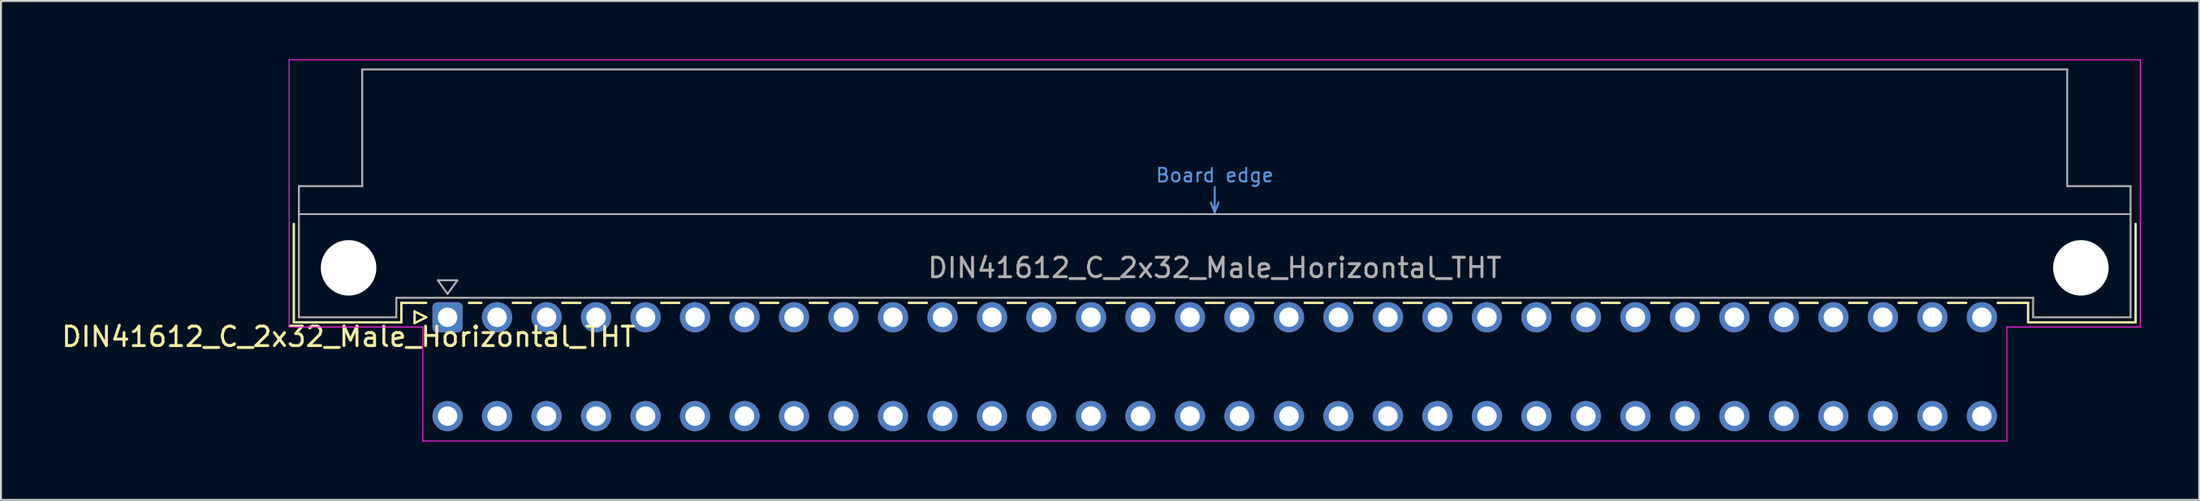
<source format=kicad_pcb>
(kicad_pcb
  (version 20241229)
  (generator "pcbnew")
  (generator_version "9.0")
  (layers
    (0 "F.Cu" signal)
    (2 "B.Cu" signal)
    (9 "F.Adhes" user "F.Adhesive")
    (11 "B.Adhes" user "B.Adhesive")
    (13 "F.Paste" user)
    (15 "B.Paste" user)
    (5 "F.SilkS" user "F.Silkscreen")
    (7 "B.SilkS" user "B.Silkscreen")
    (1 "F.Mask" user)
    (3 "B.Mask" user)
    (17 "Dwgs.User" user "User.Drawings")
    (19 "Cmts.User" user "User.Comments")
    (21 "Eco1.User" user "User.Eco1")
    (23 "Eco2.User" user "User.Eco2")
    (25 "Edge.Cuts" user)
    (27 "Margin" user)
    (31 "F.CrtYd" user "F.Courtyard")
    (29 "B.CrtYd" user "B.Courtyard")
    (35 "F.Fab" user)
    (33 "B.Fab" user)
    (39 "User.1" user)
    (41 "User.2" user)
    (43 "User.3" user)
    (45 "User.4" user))
  (footprint "DIN41612_C_2x32_Male_Horizontal_THT"
    (layer "F.Cu")
    (at 19.919 13.255)
    (property "Reference" "DIN41612_C_2x32_Male_Horizontal_THT" (at -5.08 1 0) (layer "F.SilkS") (effects (font (size 1 1) (thickness 0.15))))
    (attr through_hole)
    (fp_line (start -7.89 -4.8) (end -7.89 0.26) (stroke (width 0.12) (type solid)) (layer "F.SilkS"))
    (fp_line (start -7.89 0.26) (end -2.37 0.26) (stroke (width 0.12) (type solid)) (layer "F.SilkS"))
    (fp_line (start -2.37 -0.74) (end -1.095 -0.74) (stroke (width 0.12) (type solid)) (layer "F.SilkS"))
    (fp_line (start -2.37 0.26) (end -2.37 -0.74) (stroke (width 0.12) (type solid)) (layer "F.SilkS"))
    (fp_line (start -1.695 -0.3) (end -1.695 0.3) (stroke (width 0.12) (type solid)) (layer "F.SilkS"))
    (fp_line (start -1.695 0.3) (end -1.095 0) (stroke (width 0.12) (type solid)) (layer "F.SilkS"))
    (fp_line (start -1.095 0) (end -1.695 -0.3) (stroke (width 0.12) (type solid)) (layer "F.SilkS"))
    (fp_line (start 1.095 -0.74) (end 1.733 -0.74) (stroke (width 0.12) (type solid)) (layer "F.SilkS"))
    (fp_line (start 3.347 -0.74) (end 4.273 -0.74) (stroke (width 0.12) (type solid)) (layer "F.SilkS"))
    (fp_line (start 5.887 -0.74) (end 6.813 -0.74) (stroke (width 0.12) (type solid)) (layer "F.SilkS"))
    (fp_line (start 8.427 -0.74) (end 9.353 -0.74) (stroke (width 0.12) (type solid)) (layer "F.SilkS"))
    (fp_line (start 10.967 -0.74) (end 11.893 -0.74) (stroke (width 0.12) (type solid)) (layer "F.SilkS"))
    (fp_line (start 13.507 -0.74) (end 14.433 -0.74) (stroke (width 0.12) (type solid)) (layer "F.SilkS"))
    (fp_line (start 16.047 -0.74) (end 16.973 -0.74) (stroke (width 0.12) (type solid)) (layer "F.SilkS"))
    (fp_line (start 18.587 -0.74) (end 19.513 -0.74) (stroke (width 0.12) (type solid)) (layer "F.SilkS"))
    (fp_line (start 21.127 -0.74) (end 22.053 -0.74) (stroke (width 0.12) (type solid)) (layer "F.SilkS"))
    (fp_line (start 23.667 -0.74) (end 24.593 -0.74) (stroke (width 0.12) (type solid)) (layer "F.SilkS"))
    (fp_line (start 26.207 -0.74) (end 27.133 -0.74) (stroke (width 0.12) (type solid)) (layer "F.SilkS"))
    (fp_line (start 28.747 -0.74) (end 29.673 -0.74) (stroke (width 0.12) (type solid)) (layer "F.SilkS"))
    (fp_line (start 31.287 -0.74) (end 32.213 -0.74) (stroke (width 0.12) (type solid)) (layer "F.SilkS"))
    (fp_line (start 33.827 -0.74) (end 34.753 -0.74) (stroke (width 0.12) (type solid)) (layer "F.SilkS"))
    (fp_line (start 36.367 -0.74) (end 37.293 -0.74) (stroke (width 0.12) (type solid)) (layer "F.SilkS"))
    (fp_line (start 38.907 -0.74) (end 39.833 -0.74) (stroke (width 0.12) (type solid)) (layer "F.SilkS"))
    (fp_line (start 41.447 -0.74) (end 42.373 -0.74) (stroke (width 0.12) (type solid)) (layer "F.SilkS"))
    (fp_line (start 43.987 -0.74) (end 44.913 -0.74) (stroke (width 0.12) (type solid)) (layer "F.SilkS"))
    (fp_line (start 46.527 -0.74) (end 47.453 -0.74) (stroke (width 0.12) (type solid)) (layer "F.SilkS"))
    (fp_line (start 49.067 -0.74) (end 49.993 -0.74) (stroke (width 0.12) (type solid)) (layer "F.SilkS"))
    (fp_line (start 51.607 -0.74) (end 52.533 -0.74) (stroke (width 0.12) (type solid)) (layer "F.SilkS"))
    (fp_line (start 54.147 -0.74) (end 55.073 -0.74) (stroke (width 0.12) (type solid)) (layer "F.SilkS"))
    (fp_line (start 56.687 -0.74) (end 57.613 -0.74) (stroke (width 0.12) (type solid)) (layer "F.SilkS"))
    (fp_line (start 59.227 -0.74) (end 60.153 -0.74) (stroke (width 0.12) (type solid)) (layer "F.SilkS"))
    (fp_line (start 61.767 -0.74) (end 62.693 -0.74) (stroke (width 0.12) (type solid)) (layer "F.SilkS"))
    (fp_line (start 64.307 -0.74) (end 65.233 -0.74) (stroke (width 0.12) (type solid)) (layer "F.SilkS"))
    (fp_line (start 66.847 -0.74) (end 67.773 -0.74) (stroke (width 0.12) (type solid)) (layer "F.SilkS"))
    (fp_line (start 69.387 -0.74) (end 70.313 -0.74) (stroke (width 0.12) (type solid)) (layer "F.SilkS"))
    (fp_line (start 71.927 -0.74) (end 72.853 -0.74) (stroke (width 0.12) (type solid)) (layer "F.SilkS"))
    (fp_line (start 74.467 -0.74) (end 75.393 -0.74) (stroke (width 0.12) (type solid)) (layer "F.SilkS"))
    (fp_line (start 77.007 -0.74) (end 77.933 -0.74) (stroke (width 0.12) (type solid)) (layer "F.SilkS"))
    (fp_line (start 79.547 -0.74) (end 81.11 -0.74) (stroke (width 0.12) (type solid)) (layer "F.SilkS"))
    (fp_line (start 81.11 0.26) (end 81.11 -0.74) (stroke (width 0.12) (type solid)) (layer "F.SilkS"))
    (fp_line (start 86.63 -4.8) (end 86.63 0.26) (stroke (width 0.12) (type solid)) (layer "F.SilkS"))
    (fp_line (start 86.63 0.26) (end 81.11 0.26) (stroke (width 0.12) (type solid)) (layer "F.SilkS"))
    (fp_line (start -7.63 -5.3) (end 86.37 -5.3) (stroke (width 0.08) (type solid)) (layer "Dwgs.User"))
    (fp_line (start 39.17 -5.9) (end 39.37 -5.4) (stroke (width 0.1) (type solid)) (layer "Cmts.User"))
    (fp_line (start 39.37 -5.4) (end 39.37 -6.7) (stroke (width 0.1) (type solid)) (layer "Cmts.User"))
    (fp_line (start 39.37 -5.4) (end 39.57 -5.9) (stroke (width 0.1) (type solid)) (layer "Cmts.User"))
    (fp_line (start -8.13 -13.23) (end -8.13 0.5) (stroke (width 0.05) (type solid)) (layer "F.CrtYd"))
    (fp_line (start -8.13 0.5) (end -1.27 0.5) (stroke (width 0.05) (type solid)) (layer "F.CrtYd"))
    (fp_line (start -1.27 0.5) (end -1.27 6.36) (stroke (width 0.05) (type solid)) (layer "F.CrtYd"))
    (fp_line (start -1.27 6.36) (end 80.02 6.36) (stroke (width 0.05) (type solid)) (layer "F.CrtYd"))
    (fp_line (start 80.02 0.5) (end 86.87 0.5) (stroke (width 0.05) (type solid)) (layer "F.CrtYd"))
    (fp_line (start 80.02 6.36) (end 80.02 0.5) (stroke (width 0.05) (type solid)) (layer "F.CrtYd"))
    (fp_line (start 86.87 -13.23) (end -8.13 -13.23) (stroke (width 0.05) (type solid)) (layer "F.CrtYd"))
    (fp_line (start 86.87 0.5) (end 86.87 -13.23) (stroke (width 0.05) (type solid)) (layer "F.CrtYd"))
    (fp_line (start -7.63 -6.74) (end -7.63 0) (stroke (width 0.1) (type solid)) (layer "F.Fab"))
    (fp_line (start -7.63 0) (end -2.63 0) (stroke (width 0.1) (type solid)) (layer "F.Fab"))
    (fp_line (start -4.38 -12.74) (end -4.38 -6.74) (stroke (width 0.1) (type solid)) (layer "F.Fab"))
    (fp_line (start -4.38 -6.74) (end -7.63 -6.74) (stroke (width 0.1) (type solid)) (layer "F.Fab"))
    (fp_line (start -2.63 -1) (end 81.37 -1) (stroke (width 0.1) (type solid)) (layer "F.Fab"))
    (fp_line (start -2.63 0) (end -2.63 -1) (stroke (width 0.1) (type solid)) (layer "F.Fab"))
    (fp_line (start -0.5 -1.9) (end 0.5 -1.9) (stroke (width 0.1) (type solid)) (layer "F.Fab"))
    (fp_line (start 0 -1.2) (end -0.5 -1.9) (stroke (width 0.1) (type solid)) (layer "F.Fab"))
    (fp_line (start 0.5 -1.9) (end 0 -1.2) (stroke (width 0.1) (type solid)) (layer "F.Fab"))
    (fp_line (start 81.37 -1) (end 81.37 0) (stroke (width 0.1) (type solid)) (layer "F.Fab"))
    (fp_line (start 81.37 0) (end 86.37 0) (stroke (width 0.1) (type solid)) (layer "F.Fab"))
    (fp_line (start 83.12 -12.74) (end -4.38 -12.74) (stroke (width 0.1) (type solid)) (layer "F.Fab"))
    (fp_line (start 83.12 -6.74) (end 83.12 -12.74) (stroke (width 0.1) (type solid)) (layer "F.Fab"))
    (fp_line (start 86.37 -6.74) (end 83.12 -6.74) (stroke (width 0.1) (type solid)) (layer "F.Fab"))
    (fp_line (start 86.37 0) (end 86.37 -6.74) (stroke (width 0.1) (type solid)) (layer "F.Fab"))
    (fp_text user "Board edge" (at 39.37 -7.3 0) (layer "Cmts.User") (effects (font (size 0.7 0.7) (thickness 0.1))))
    (fp_text user "${REFERENCE}" (at 39.37 -2.54 0) (layer "F.Fab") (effects (font (size 1 1) (thickness 0.15))))
    (pad "" np_thru_hole circle (at -5.08 -2.54) (size 2.85 2.85) (drill 2.85) (layers "*.Cu" "*.Mask"))
    (pad "" np_thru_hole circle (at 83.82 -2.54) (size 2.85 2.85) (drill 2.85) (layers "*.Cu" "*.Mask"))
    (pad "a1" thru_hole roundrect (at 0 0) (size 1.55 1.55) (drill 1) (layers "*.Cu" "*.Mask") (roundrect_rratio 0.161))
    (pad "a2" thru_hole circle (at 2.54 0) (size 1.55 1.55) (drill 1) (layers "*.Cu" "*.Mask"))
    (pad "a3" thru_hole circle (at 5.08 0) (size 1.55 1.55) (drill 1) (layers "*.Cu" "*.Mask"))
    (pad "a4" thru_hole circle (at 7.62 0) (size 1.55 1.55) (drill 1) (layers "*.Cu" "*.Mask"))
    (pad "a5" thru_hole circle (at 10.16 0) (size 1.55 1.55) (drill 1) (layers "*.Cu" "*.Mask"))
    (pad "a6" thru_hole circle (at 12.7 0) (size 1.55 1.55) (drill 1) (layers "*.Cu" "*.Mask"))
    (pad "a7" thru_hole circle (at 15.24 0) (size 1.55 1.55) (drill 1) (layers "*.Cu" "*.Mask"))
    (pad "a8" thru_hole circle (at 17.78 0) (size 1.55 1.55) (drill 1) (layers "*.Cu" "*.Mask"))
    (pad "a9" thru_hole circle (at 20.32 0) (size 1.55 1.55) (drill 1) (layers "*.Cu" "*.Mask"))
    (pad "a10" thru_hole circle (at 22.86 0) (size 1.55 1.55) (drill 1) (layers "*.Cu" "*.Mask"))
    (pad "a11" thru_hole circle (at 25.4 0) (size 1.55 1.55) (drill 1) (layers "*.Cu" "*.Mask"))
    (pad "a12" thru_hole circle (at 27.94 0) (size 1.55 1.55) (drill 1) (layers "*.Cu" "*.Mask"))
    (pad "a13" thru_hole circle (at 30.48 0) (size 1.55 1.55) (drill 1) (layers "*.Cu" "*.Mask"))
    (pad "a14" thru_hole circle (at 33.02 0) (size 1.55 1.55) (drill 1) (layers "*.Cu" "*.Mask"))
    (pad "a15" thru_hole circle (at 35.56 0) (size 1.55 1.55) (drill 1) (layers "*.Cu" "*.Mask"))
    (pad "a16" thru_hole circle (at 38.1 0) (size 1.55 1.55) (drill 1) (layers "*.Cu" "*.Mask"))
    (pad "a17" thru_hole circle (at 40.64 0) (size 1.55 1.55) (drill 1) (layers "*.Cu" "*.Mask"))
    (pad "a18" thru_hole circle (at 43.18 0) (size 1.55 1.55) (drill 1) (layers "*.Cu" "*.Mask"))
    (pad "a19" thru_hole circle (at 45.72 0) (size 1.55 1.55) (drill 1) (layers "*.Cu" "*.Mask"))
    (pad "a20" thru_hole circle (at 48.26 0) (size 1.55 1.55) (drill 1) (layers "*.Cu" "*.Mask"))
    (pad "a21" thru_hole circle (at 50.8 0) (size 1.55 1.55) (drill 1) (layers "*.Cu" "*.Mask"))
    (pad "a22" thru_hole circle (at 53.34 0) (size 1.55 1.55) (drill 1) (layers "*.Cu" "*.Mask"))
    (pad "a23" thru_hole circle (at 55.88 0) (size 1.55 1.55) (drill 1) (layers "*.Cu" "*.Mask"))
    (pad "a24" thru_hole circle (at 58.42 0) (size 1.55 1.55) (drill 1) (layers "*.Cu" "*.Mask"))
    (pad "a25" thru_hole circle (at 60.96 0) (size 1.55 1.55) (drill 1) (layers "*.Cu" "*.Mask"))
    (pad "a26" thru_hole circle (at 63.5 0) (size 1.55 1.55) (drill 1) (layers "*.Cu" "*.Mask"))
    (pad "a27" thru_hole circle (at 66.04 0) (size 1.55 1.55) (drill 1) (layers "*.Cu" "*.Mask"))
    (pad "a28" thru_hole circle (at 68.58 0) (size 1.55 1.55) (drill 1) (layers "*.Cu" "*.Mask"))
    (pad "a29" thru_hole circle (at 71.12 0) (size 1.55 1.55) (drill 1) (layers "*.Cu" "*.Mask"))
    (pad "a30" thru_hole circle (at 73.66 0) (size 1.55 1.55) (drill 1) (layers "*.Cu" "*.Mask"))
    (pad "a31" thru_hole circle (at 76.2 0) (size 1.55 1.55) (drill 1) (layers "*.Cu" "*.Mask"))
    (pad "a32" thru_hole circle (at 78.74 0) (size 1.55 1.55) (drill 1) (layers "*.Cu" "*.Mask"))
    (pad "c1" thru_hole circle (at 0 5.08) (size 1.55 1.55) (drill 1) (layers "*.Cu" "*.Mask"))
    (pad "c2" thru_hole circle (at 2.54 5.08) (size 1.55 1.55) (drill 1) (layers "*.Cu" "*.Mask"))
    (pad "c3" thru_hole circle (at 5.08 5.08) (size 1.55 1.55) (drill 1) (layers "*.Cu" "*.Mask"))
    (pad "c4" thru_hole circle (at 7.62 5.08) (size 1.55 1.55) (drill 1) (layers "*.Cu" "*.Mask"))
    (pad "c5" thru_hole circle (at 10.16 5.08) (size 1.55 1.55) (drill 1) (layers "*.Cu" "*.Mask"))
    (pad "c6" thru_hole circle (at 12.7 5.08) (size 1.55 1.55) (drill 1) (layers "*.Cu" "*.Mask"))
    (pad "c7" thru_hole circle (at 15.24 5.08) (size 1.55 1.55) (drill 1) (layers "*.Cu" "*.Mask"))
    (pad "c8" thru_hole circle (at 17.78 5.08) (size 1.55 1.55) (drill 1) (layers "*.Cu" "*.Mask"))
    (pad "c9" thru_hole circle (at 20.32 5.08) (size 1.55 1.55) (drill 1) (layers "*.Cu" "*.Mask"))
    (pad "c10" thru_hole circle (at 22.86 5.08) (size 1.55 1.55) (drill 1) (layers "*.Cu" "*.Mask"))
    (pad "c11" thru_hole circle (at 25.4 5.08) (size 1.55 1.55) (drill 1) (layers "*.Cu" "*.Mask"))
    (pad "c12" thru_hole circle (at 27.94 5.08) (size 1.55 1.55) (drill 1) (layers "*.Cu" "*.Mask"))
    (pad "c13" thru_hole circle (at 30.48 5.08) (size 1.55 1.55) (drill 1) (layers "*.Cu" "*.Mask"))
    (pad "c14" thru_hole circle (at 33.02 5.08) (size 1.55 1.55) (drill 1) (layers "*.Cu" "*.Mask"))
    (pad "c15" thru_hole circle (at 35.56 5.08) (size 1.55 1.55) (drill 1) (layers "*.Cu" "*.Mask"))
    (pad "c16" thru_hole circle (at 38.1 5.08) (size 1.55 1.55) (drill 1) (layers "*.Cu" "*.Mask"))
    (pad "c17" thru_hole circle (at 40.64 5.08) (size 1.55 1.55) (drill 1) (layers "*.Cu" "*.Mask"))
    (pad "c18" thru_hole circle (at 43.18 5.08) (size 1.55 1.55) (drill 1) (layers "*.Cu" "*.Mask"))
    (pad "c19" thru_hole circle (at 45.72 5.08) (size 1.55 1.55) (drill 1) (layers "*.Cu" "*.Mask"))
    (pad "c20" thru_hole circle (at 48.26 5.08) (size 1.55 1.55) (drill 1) (layers "*.Cu" "*.Mask"))
    (pad "c21" thru_hole circle (at 50.8 5.08) (size 1.55 1.55) (drill 1) (layers "*.Cu" "*.Mask"))
    (pad "c22" thru_hole circle (at 53.34 5.08) (size 1.55 1.55) (drill 1) (layers "*.Cu" "*.Mask"))
    (pad "c23" thru_hole circle (at 55.88 5.08) (size 1.55 1.55) (drill 1) (layers "*.Cu" "*.Mask"))
    (pad "c24" thru_hole circle (at 58.42 5.08) (size 1.55 1.55) (drill 1) (layers "*.Cu" "*.Mask"))
    (pad "c25" thru_hole circle (at 60.96 5.08) (size 1.55 1.55) (drill 1) (layers "*.Cu" "*.Mask"))
    (pad "c26" thru_hole circle (at 63.5 5.08) (size 1.55 1.55) (drill 1) (layers "*.Cu" "*.Mask"))
    (pad "c27" thru_hole circle (at 66.04 5.08) (size 1.55 1.55) (drill 1) (layers "*.Cu" "*.Mask"))
    (pad "c28" thru_hole circle (at 68.58 5.08) (size 1.55 1.55) (drill 1) (layers "*.Cu" "*.Mask"))
    (pad "c29" thru_hole circle (at 71.12 5.08) (size 1.55 1.55) (drill 1) (layers "*.Cu" "*.Mask"))
    (pad "c30" thru_hole circle (at 73.66 5.08) (size 1.55 1.55) (drill 1) (layers "*.Cu" "*.Mask"))
    (pad "c31" thru_hole circle (at 76.2 5.08) (size 1.55 1.55) (drill 1) (layers "*.Cu" "*.Mask"))
    (pad "c32" thru_hole circle (at 78.74 5.08) (size 1.55 1.55) (drill 1) (layers "*.Cu" "*.Mask")))
  (gr_rect
    (start -3 -3)
    (end 109.814 22.64)
    (stroke (width 0.1) (type default))
    (fill no)
    (layer "Edge.Cuts")))
</source>
